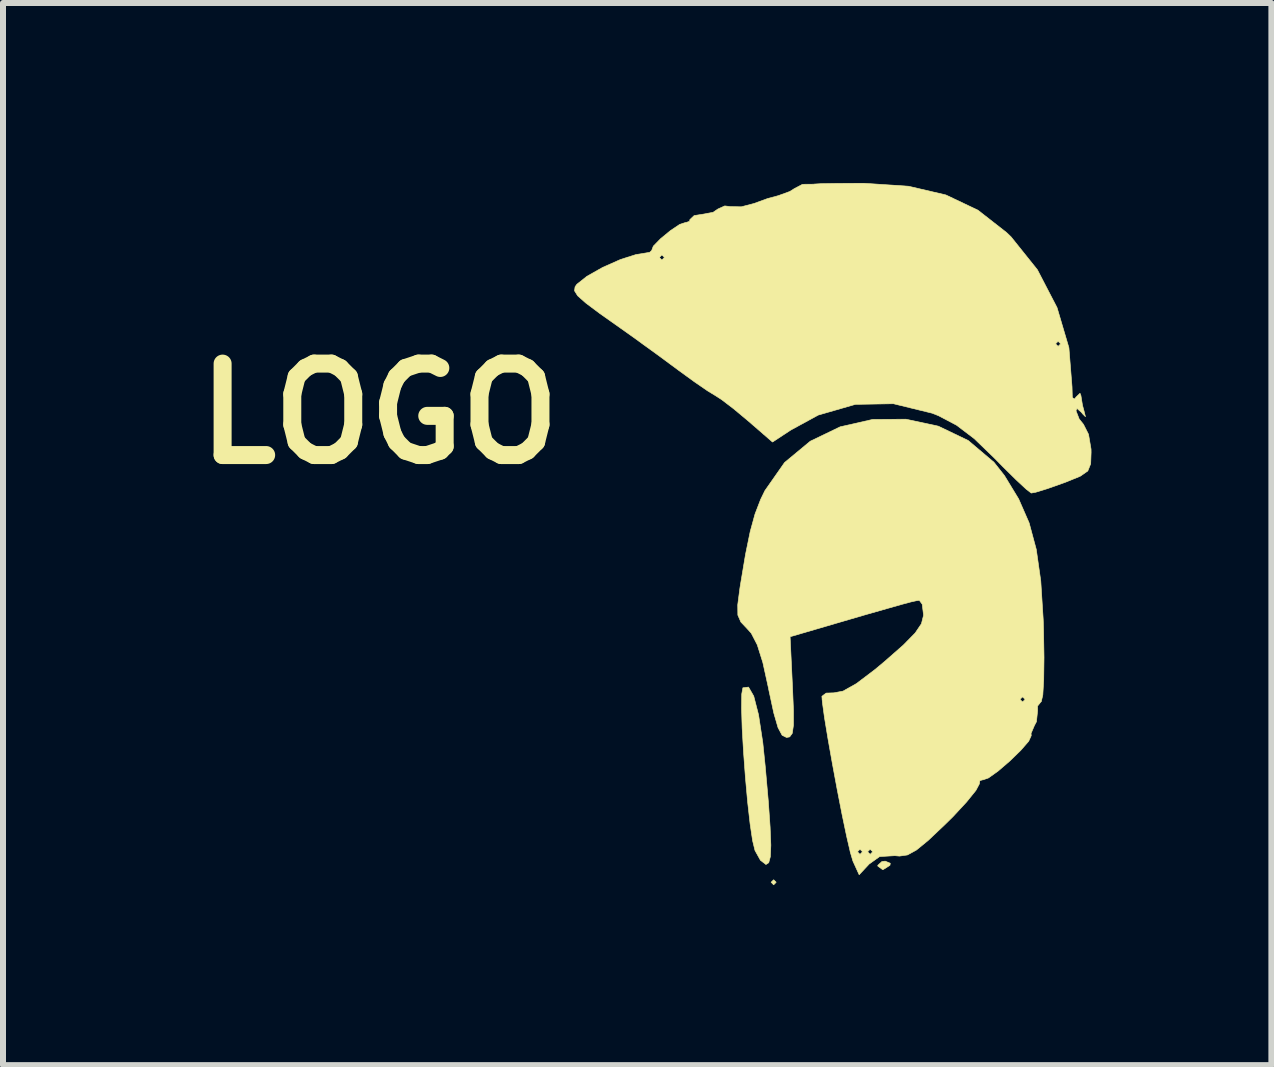
<source format=kicad_pcb>
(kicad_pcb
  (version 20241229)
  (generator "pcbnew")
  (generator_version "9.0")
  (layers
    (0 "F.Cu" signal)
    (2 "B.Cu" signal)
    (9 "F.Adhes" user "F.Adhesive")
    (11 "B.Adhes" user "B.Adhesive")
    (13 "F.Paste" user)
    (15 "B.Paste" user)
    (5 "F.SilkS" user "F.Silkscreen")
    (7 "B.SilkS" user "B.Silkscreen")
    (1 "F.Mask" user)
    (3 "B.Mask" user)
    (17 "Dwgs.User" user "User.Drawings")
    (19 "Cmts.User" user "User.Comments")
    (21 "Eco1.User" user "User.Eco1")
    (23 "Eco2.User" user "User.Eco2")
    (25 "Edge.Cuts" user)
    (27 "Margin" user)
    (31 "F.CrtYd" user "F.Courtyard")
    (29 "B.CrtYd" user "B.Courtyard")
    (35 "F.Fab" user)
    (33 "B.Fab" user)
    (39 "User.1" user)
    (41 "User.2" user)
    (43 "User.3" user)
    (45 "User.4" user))
  (footprint "LOGO"
    (layer "F.Cu")
    (at 10.903 6.025)
    (property "Reference" "LOGO" (at -7.63 -2.18 0) (layer "F.SilkS") (effects (font (size 1.524 1.524) (thickness 0.3))))
    (attr through_hole)
    (fp_poly (pts (xy -1.016 5.63) (xy -1.058 5.673) (xy -1.101 5.63) (xy -1.058 5.588) (xy -1.016 5.63)) (stroke (width 0.01) (type solid)) (fill yes) (layer "F.SilkS"))
    (fp_poly (pts (xy 0.886 5.314) (xy 0.88 5.348) (xy 0.769 5.418) (xy 0.757 5.419) (xy 0.679 5.362) (xy 0.677 5.348) (xy 0.746 5.285) (xy 0.801 5.278) (xy 0.886 5.314)) (stroke (width 0.01) (type solid)) (fill yes) (layer "F.SilkS"))
    (fp_poly (pts (xy -1.39 2.528) (xy -1.31 2.839) (xy -1.239 3.304) (xy -1.198 3.703) (xy -1.147 4.282) (xy -1.117 4.712) (xy -1.105 5.012) (xy -1.113 5.203) (xy -1.14 5.304) (xy -1.186 5.334) (xy -1.187 5.334) (xy -1.278 5.264) (xy -1.369 5.101) (xy -1.409 4.937) (xy -1.451 4.655) (xy -1.492 4.291) (xy -1.529 3.88) (xy -1.56 3.459) (xy -1.583 3.064) (xy -1.593 2.73) (xy -1.59 2.492) (xy -1.571 2.389) (xy -1.477 2.377) (xy -1.39 2.528)) (stroke (width 0.01) (type solid)) (fill yes) (layer "F.SilkS"))
    (fp_poly (pts (xy 0.452 -6.02) (xy 1.19 -5.971) (xy 1.812 -5.826) (xy 2.347 -5.572) (xy 2.824 -5.199) (xy 2.899 -5.127) (xy 3.338 -4.579) (xy 3.665 -3.949) (xy 3.863 -3.279) (xy 3.915 -2.627) (xy 3.92 -2.448) (xy 3.957 -2.424) (xy 3.983 -2.458) (xy 4.048 -2.52) (xy 4.063 -2.483) (xy 4.089 -2.322) (xy 4.114 -2.229) (xy 4.139 -2.129) (xy 4.09 -2.178) (xy 4.073 -2.201) (xy 3.998 -2.267) (xy 3.981 -2.229) (xy 4.034 -2.092) (xy 4.106 -2.002) (xy 4.19 -1.836) (xy 4.232 -1.589) (xy 4.233 -1.536) (xy 4.226 -1.344) (xy 4.178 -1.225) (xy 4.051 -1.137) (xy 3.808 -1.038) (xy 3.764 -1.022) (xy 3.504 -0.93) (xy 3.309 -0.87) (xy 3.235 -0.857) (xy 3.154 -0.919) (xy 2.985 -1.076) (xy 2.758 -1.3) (xy 2.625 -1.436) (xy 2.285 -1.764) (xy 1.99 -1.988) (xy 1.692 -2.145) (xy 1.584 -2.188) (xy 0.938 -2.346) (xy 0.304 -2.335) (xy -0.314 -2.157) (xy -0.771 -1.908) (xy -1.077 -1.707) (xy -1.491 -2.066) (xy -1.726 -2.262) (xy -1.925 -2.414) (xy -2.032 -2.483) (xy -2.159 -2.56) (xy -2.376 -2.709) (xy -2.639 -2.9) (xy -2.667 -2.921) (xy -2.995 -3.163) (xy -3.245 -3.344) (xy 3.641 -3.344) (xy 3.683 -3.302) (xy 3.725 -3.344) (xy 3.683 -3.387) (xy 3.641 -3.344) (xy -3.245 -3.344) (xy -3.342 -3.415) (xy -3.598 -3.597) (xy -3.955 -3.849) (xy -4.19 -4.025) (xy -4.325 -4.145) (xy -4.377 -4.228) (xy -4.368 -4.294) (xy -4.339 -4.336) (xy -4.172 -4.469) (xy -3.908 -4.618) (xy -3.613 -4.749) (xy -3.504 -4.784) (xy -2.963 -4.784) (xy -2.921 -4.741) (xy -2.879 -4.784) (xy -2.921 -4.826) (xy -2.963 -4.784) (xy -3.504 -4.784) (xy -3.353 -4.832) (xy -3.276 -4.844) (xy -3.126 -4.869) (xy -3.092 -4.898) (xy -3.064 -4.972) (xy -2.943 -5.096) (xy -2.779 -5.231) (xy -2.624 -5.335) (xy -2.526 -5.367) (xy -2.522 -5.365) (xy -2.459 -5.387) (xy -2.455 -5.414) (xy -2.383 -5.482) (xy -2.249 -5.503) (xy -2.068 -5.536) (xy -1.988 -5.591) (xy -1.873 -5.643) (xy -1.782 -5.632) (xy -1.598 -5.628) (xy -1.387 -5.683) (xy -1.156 -5.767) (xy -0.98 -5.814) (xy -0.788 -5.884) (xy -0.714 -5.931) (xy -0.581 -6.001) (xy -0.538 -6.004) (xy -0.39 -6.005) (xy -0.381 -6.007) (xy -0.263 -6.014) (xy -0.019 -6.018) (xy 0.305 -6.02) (xy 0.452 -6.02)) (stroke (width 0.01) (type solid)) (fill yes) (layer "F.SilkS"))
    (fp_poly (pts (xy 1.687 -1.972) (xy 2.185 -1.733) (xy 2.614 -1.37) (xy 2.789 -1.148) (xy 3.026 -0.758) (xy 3.2 -0.36) (xy 3.319 0.082) (xy 3.394 0.608) (xy 3.435 1.255) (xy 3.44 1.418) (xy 3.448 1.883) (xy 3.443 2.255) (xy 3.428 2.508) (xy 3.402 2.621) (xy 3.395 2.625) (xy 3.341 2.693) (xy 3.341 2.773) (xy 3.322 2.954) (xy 3.288 3.018) (xy 3.232 3.149) (xy 3.235 3.187) (xy 3.193 3.279) (xy 3.06 3.432) (xy 2.877 3.61) (xy 2.684 3.776) (xy 2.521 3.892) (xy 2.429 3.924) (xy 2.426 3.922) (xy 2.378 3.937) (xy 2.371 3.99) (xy 2.313 4.099) (xy 2.158 4.291) (xy 1.934 4.533) (xy 1.796 4.669) (xy 1.517 4.933) (xy 1.32 5.094) (xy 1.172 5.175) (xy 1.039 5.194) (xy 0.961 5.187) (xy 0.708 5.202) (xy 0.533 5.327) (xy 0.367 5.505) (xy 0.263 5.277) (xy 0.221 5.135) (xy 0.218 5.122) (xy 0.339 5.122) (xy 0.381 5.165) (xy 0.423 5.122) (xy 0.508 5.122) (xy 0.55 5.165) (xy 0.593 5.122) (xy 0.55 5.08) (xy 0.508 5.122) (xy 0.423 5.122) (xy 0.381 5.08) (xy 0.339 5.122) (xy 0.218 5.122) (xy 0.158 4.863) (xy 0.082 4.5) (xy 0.000444 4.082) (xy -0.08 3.649) (xy -0.153 3.237) (xy -0.211 2.885) (xy -0.246 2.63) (xy -0.25 2.582) (xy 3.048 2.582) (xy 3.09 2.625) (xy 3.133 2.582) (xy 3.09 2.54) (xy 3.048 2.582) (xy -0.25 2.582) (xy -0.254 2.53) (xy -0.183 2.477) (xy -0.054 2.473) (xy 0.099 2.444) (xy 0.321 2.319) (xy 0.63 2.085) (xy 0.793 1.949) (xy 1.104 1.676) (xy 1.301 1.475) (xy 1.405 1.321) (xy 1.439 1.185) (xy 1.439 1.166) (xy 1.418 0.996) (xy 1.37 0.931) (xy 1.324 0.937) (xy 1.233 0.957) (xy 1.076 0.999) (xy 0.83 1.069) (xy 0.472 1.171) (xy -0.018 1.314) (xy -0.201 1.368) (xy -0.784 1.538) (xy -0.744 2.378) (xy -0.728 2.764) (xy -0.728 3.011) (xy -0.748 3.148) (xy -0.791 3.207) (xy -0.843 3.217) (xy -0.917 3.18) (xy -0.985 3.053) (xy -1.056 2.809) (xy -1.139 2.424) (xy -1.143 2.401) (xy -1.238 1.969) (xy -1.331 1.673) (xy -1.431 1.48) (xy -1.501 1.402) (xy -1.605 1.292) (xy -1.655 1.177) (xy -1.657 1.007) (xy -1.621 0.73) (xy -1.612 0.673) (xy -1.527 0.165) (xy -1.449 -0.215) (xy -1.369 -0.507) (xy -1.275 -0.751) (xy -1.204 -0.897) (xy -0.876 -1.366) (xy -0.448 -1.721) (xy 0.05 -1.961) (xy 0.591 -2.084) (xy 1.146 -2.088) (xy 1.687 -1.972)) (stroke (width 0.01) (type solid)) (fill yes) (layer "F.SilkS")))
  (gr_rect
    (start -3 -3)
    (end 18.141 14.703)
    (stroke (width 0.1) (type default))
    (fill no)
    (layer "Edge.Cuts")))
</source>
